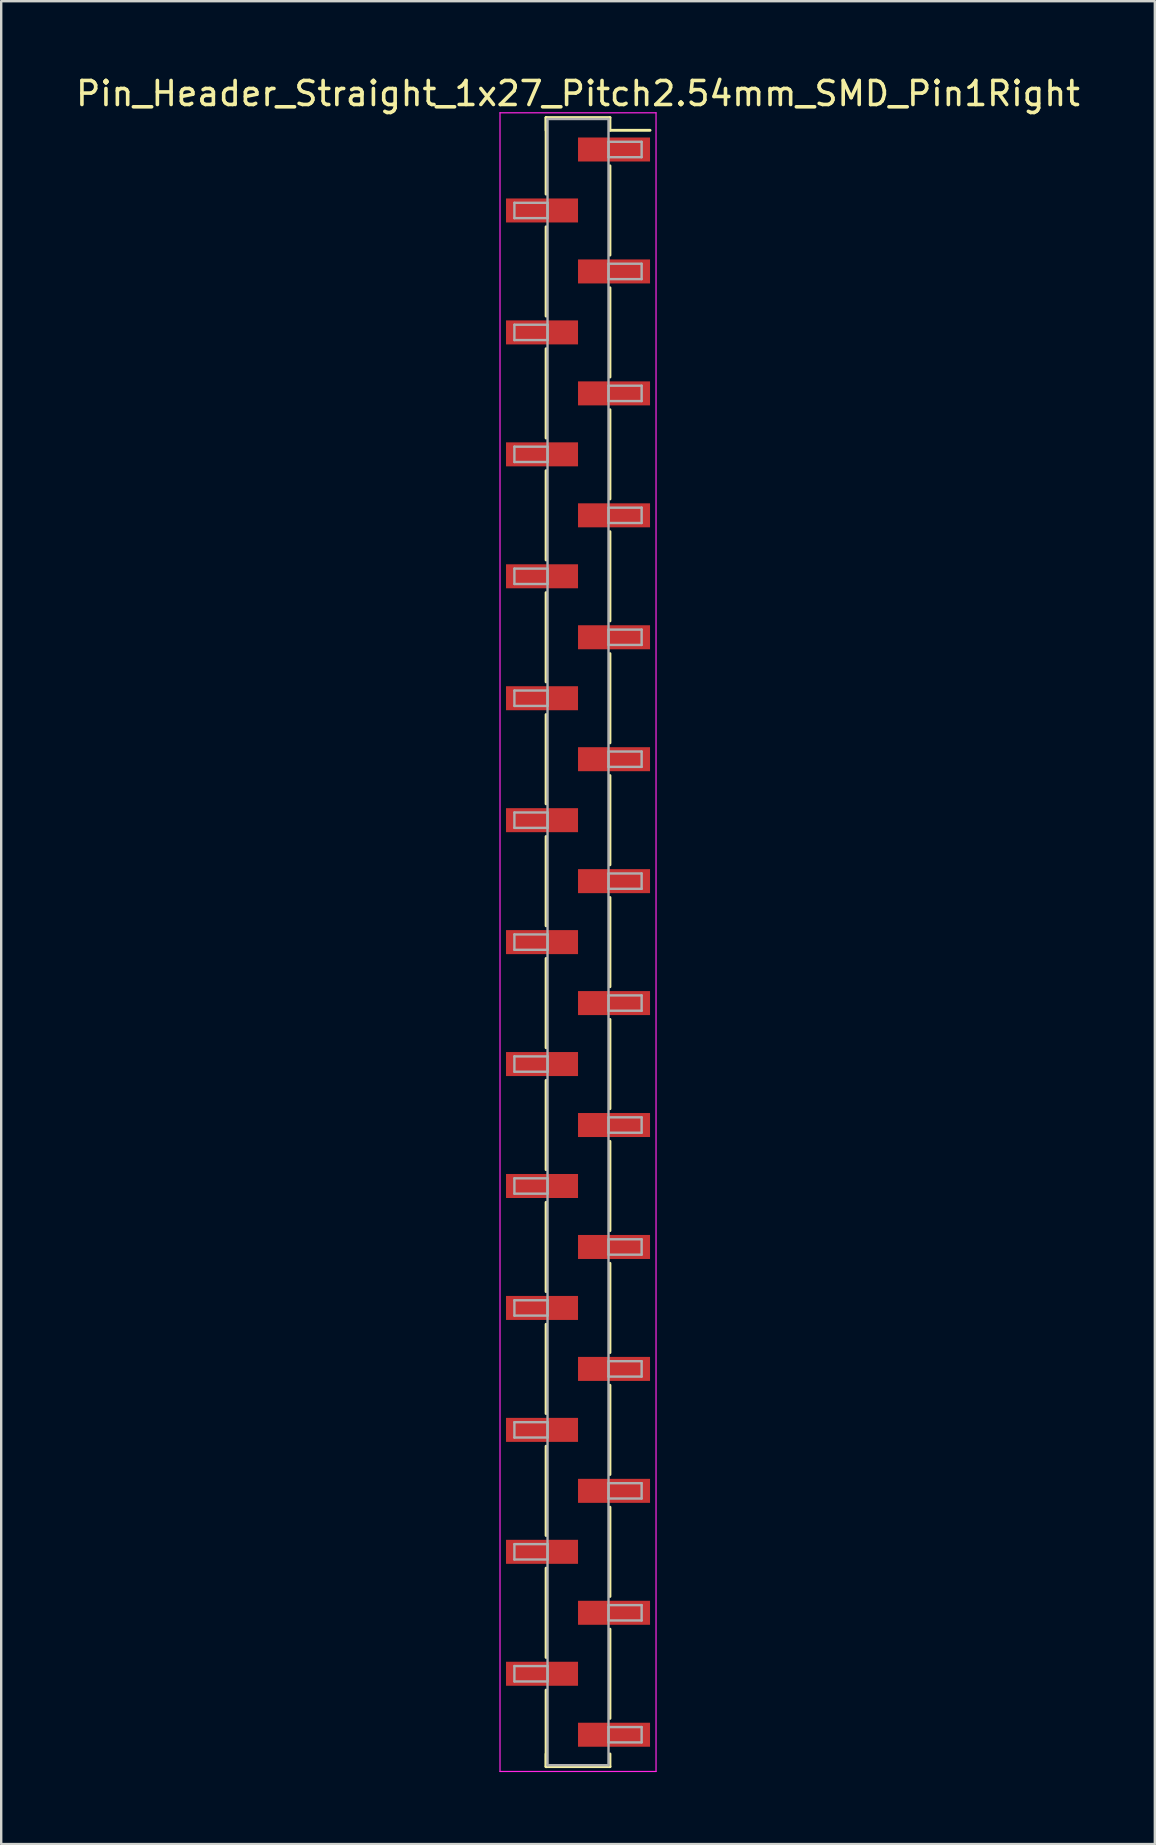
<source format=kicad_pcb>
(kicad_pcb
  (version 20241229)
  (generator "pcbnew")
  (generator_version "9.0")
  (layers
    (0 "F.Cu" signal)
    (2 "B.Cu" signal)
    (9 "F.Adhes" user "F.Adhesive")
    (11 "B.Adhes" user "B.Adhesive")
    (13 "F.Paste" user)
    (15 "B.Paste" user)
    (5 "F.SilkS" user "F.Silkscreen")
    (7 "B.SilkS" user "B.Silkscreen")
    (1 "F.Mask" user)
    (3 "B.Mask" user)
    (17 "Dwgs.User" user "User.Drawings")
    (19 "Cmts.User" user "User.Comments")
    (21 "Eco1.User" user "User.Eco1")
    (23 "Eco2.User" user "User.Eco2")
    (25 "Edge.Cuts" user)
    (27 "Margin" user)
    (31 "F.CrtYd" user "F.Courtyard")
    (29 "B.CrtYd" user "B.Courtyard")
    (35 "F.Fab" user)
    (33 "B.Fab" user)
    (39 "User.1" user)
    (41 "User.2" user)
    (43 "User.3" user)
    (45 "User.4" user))
  (footprint "Pin_Header_Straight_1x27_Pitch2.54mm_SMD_Pin1Right"
    (layer "F.Cu")
    (at 21.03 36.198)
    (property "Reference" "Pin_Header_Straight_1x27_Pitch2.54mm_SMD_Pin1Right" (at 0 -35.35 0) (layer "F.SilkS") (effects (font (size 1 1) (thickness 0.15))))
    (attr smd)
    (fp_line (start -1.33 -34.35) (end -1.33 -31.16) (stroke (width 0.12) (type solid)) (layer "F.SilkS"))
    (fp_line (start -1.33 -34.35) (end 1.33 -34.35) (stroke (width 0.12) (type solid)) (layer "F.SilkS"))
    (fp_line (start -1.33 -33.82) (end -1.33 -34.35) (stroke (width 0.12) (type solid)) (layer "F.SilkS"))
    (fp_line (start -1.33 -29.8) (end -1.33 -26.08) (stroke (width 0.12) (type solid)) (layer "F.SilkS"))
    (fp_line (start -1.33 -24.72) (end -1.33 -21) (stroke (width 0.12) (type solid)) (layer "F.SilkS"))
    (fp_line (start -1.33 -19.64) (end -1.33 -15.92) (stroke (width 0.12) (type solid)) (layer "F.SilkS"))
    (fp_line (start -1.33 -14.56) (end -1.33 -10.84) (stroke (width 0.12) (type solid)) (layer "F.SilkS"))
    (fp_line (start -1.33 -9.48) (end -1.33 -5.76) (stroke (width 0.12) (type solid)) (layer "F.SilkS"))
    (fp_line (start -1.33 -4.4) (end -1.33 -0.68) (stroke (width 0.12) (type solid)) (layer "F.SilkS"))
    (fp_line (start -1.33 0.68) (end -1.33 4.4) (stroke (width 0.12) (type solid)) (layer "F.SilkS"))
    (fp_line (start -1.33 5.76) (end -1.33 9.48) (stroke (width 0.12) (type solid)) (layer "F.SilkS"))
    (fp_line (start -1.33 10.84) (end -1.33 14.56) (stroke (width 0.12) (type solid)) (layer "F.SilkS"))
    (fp_line (start -1.33 15.92) (end -1.33 19.64) (stroke (width 0.12) (type solid)) (layer "F.SilkS"))
    (fp_line (start -1.33 21) (end -1.33 24.72) (stroke (width 0.12) (type solid)) (layer "F.SilkS"))
    (fp_line (start -1.33 26.08) (end -1.33 29.8) (stroke (width 0.12) (type solid)) (layer "F.SilkS"))
    (fp_line (start -1.33 31.16) (end -1.33 34.35) (stroke (width 0.12) (type solid)) (layer "F.SilkS"))
    (fp_line (start -1.33 33.82) (end -1.33 34.35) (stroke (width 0.12) (type solid)) (layer "F.SilkS"))
    (fp_line (start -1.33 34.35) (end 1.33 34.35) (stroke (width 0.12) (type solid)) (layer "F.SilkS"))
    (fp_line (start 1.33 -34.35) (end 1.33 -33.82) (stroke (width 0.12) (type solid)) (layer "F.SilkS"))
    (fp_line (start 1.33 -33.82) (end 3 -33.82) (stroke (width 0.12) (type solid)) (layer "F.SilkS"))
    (fp_line (start 1.33 -32.34) (end 1.33 -28.62) (stroke (width 0.12) (type solid)) (layer "F.SilkS"))
    (fp_line (start 1.33 -27.26) (end 1.33 -23.54) (stroke (width 0.12) (type solid)) (layer "F.SilkS"))
    (fp_line (start 1.33 -22.18) (end 1.33 -18.46) (stroke (width 0.12) (type solid)) (layer "F.SilkS"))
    (fp_line (start 1.33 -17.1) (end 1.33 -13.38) (stroke (width 0.12) (type solid)) (layer "F.SilkS"))
    (fp_line (start 1.33 -12.02) (end 1.33 -8.3) (stroke (width 0.12) (type solid)) (layer "F.SilkS"))
    (fp_line (start 1.33 -6.94) (end 1.33 -3.22) (stroke (width 0.12) (type solid)) (layer "F.SilkS"))
    (fp_line (start 1.33 -1.86) (end 1.33 1.86) (stroke (width 0.12) (type solid)) (layer "F.SilkS"))
    (fp_line (start 1.33 3.22) (end 1.33 6.94) (stroke (width 0.12) (type solid)) (layer "F.SilkS"))
    (fp_line (start 1.33 8.3) (end 1.33 12.02) (stroke (width 0.12) (type solid)) (layer "F.SilkS"))
    (fp_line (start 1.33 13.38) (end 1.33 17.1) (stroke (width 0.12) (type solid)) (layer "F.SilkS"))
    (fp_line (start 1.33 18.46) (end 1.33 22.18) (stroke (width 0.12) (type solid)) (layer "F.SilkS"))
    (fp_line (start 1.33 23.54) (end 1.33 27.26) (stroke (width 0.12) (type solid)) (layer "F.SilkS"))
    (fp_line (start 1.33 28.62) (end 1.33 32.34) (stroke (width 0.12) (type solid)) (layer "F.SilkS"))
    (fp_line (start 1.33 34.35) (end 1.33 33.82) (stroke (width 0.12) (type solid)) (layer "F.SilkS"))
    (fp_line (start -3.25 -34.55) (end -3.25 34.55) (stroke (width 0.05) (type solid)) (layer "F.CrtYd"))
    (fp_line (start -3.25 34.55) (end 3.25 34.55) (stroke (width 0.05) (type solid)) (layer "F.CrtYd"))
    (fp_line (start 3.25 -34.55) (end -3.25 -34.55) (stroke (width 0.05) (type solid)) (layer "F.CrtYd"))
    (fp_line (start 3.25 34.55) (end 3.25 -34.55) (stroke (width 0.05) (type solid)) (layer "F.CrtYd"))
    (fp_line (start -2.65 -30.8) (end -1.27 -30.8) (stroke (width 0.1) (type solid)) (layer "F.Fab"))
    (fp_line (start -2.65 -30.16) (end -2.65 -30.8) (stroke (width 0.1) (type solid)) (layer "F.Fab"))
    (fp_line (start -2.65 -25.72) (end -1.27 -25.72) (stroke (width 0.1) (type solid)) (layer "F.Fab"))
    (fp_line (start -2.65 -25.08) (end -2.65 -25.72) (stroke (width 0.1) (type solid)) (layer "F.Fab"))
    (fp_line (start -2.65 -20.64) (end -1.27 -20.64) (stroke (width 0.1) (type solid)) (layer "F.Fab"))
    (fp_line (start -2.65 -20) (end -2.65 -20.64) (stroke (width 0.1) (type solid)) (layer "F.Fab"))
    (fp_line (start -2.65 -15.56) (end -1.27 -15.56) (stroke (width 0.1) (type solid)) (layer "F.Fab"))
    (fp_line (start -2.65 -14.92) (end -2.65 -15.56) (stroke (width 0.1) (type solid)) (layer "F.Fab"))
    (fp_line (start -2.65 -10.48) (end -1.27 -10.48) (stroke (width 0.1) (type solid)) (layer "F.Fab"))
    (fp_line (start -2.65 -9.84) (end -2.65 -10.48) (stroke (width 0.1) (type solid)) (layer "F.Fab"))
    (fp_line (start -2.65 -5.4) (end -1.27 -5.4) (stroke (width 0.1) (type solid)) (layer "F.Fab"))
    (fp_line (start -2.65 -4.76) (end -2.65 -5.4) (stroke (width 0.1) (type solid)) (layer "F.Fab"))
    (fp_line (start -2.65 -0.32) (end -1.27 -0.32) (stroke (width 0.1) (type solid)) (layer "F.Fab"))
    (fp_line (start -2.65 0.32) (end -2.65 -0.32) (stroke (width 0.1) (type solid)) (layer "F.Fab"))
    (fp_line (start -2.65 4.76) (end -1.27 4.76) (stroke (width 0.1) (type solid)) (layer "F.Fab"))
    (fp_line (start -2.65 5.4) (end -2.65 4.76) (stroke (width 0.1) (type solid)) (layer "F.Fab"))
    (fp_line (start -2.65 9.84) (end -1.27 9.84) (stroke (width 0.1) (type solid)) (layer "F.Fab"))
    (fp_line (start -2.65 10.48) (end -2.65 9.84) (stroke (width 0.1) (type solid)) (layer "F.Fab"))
    (fp_line (start -2.65 14.92) (end -1.27 14.92) (stroke (width 0.1) (type solid)) (layer "F.Fab"))
    (fp_line (start -2.65 15.56) (end -2.65 14.92) (stroke (width 0.1) (type solid)) (layer "F.Fab"))
    (fp_line (start -2.65 20) (end -1.27 20) (stroke (width 0.1) (type solid)) (layer "F.Fab"))
    (fp_line (start -2.65 20.64) (end -2.65 20) (stroke (width 0.1) (type solid)) (layer "F.Fab"))
    (fp_line (start -2.65 25.08) (end -1.27 25.08) (stroke (width 0.1) (type solid)) (layer "F.Fab"))
    (fp_line (start -2.65 25.72) (end -2.65 25.08) (stroke (width 0.1) (type solid)) (layer "F.Fab"))
    (fp_line (start -2.65 30.16) (end -1.27 30.16) (stroke (width 0.1) (type solid)) (layer "F.Fab"))
    (fp_line (start -2.65 30.8) (end -2.65 30.16) (stroke (width 0.1) (type solid)) (layer "F.Fab"))
    (fp_line (start -1.27 -34.29) (end -1.27 34.29) (stroke (width 0.1) (type solid)) (layer "F.Fab"))
    (fp_line (start -1.27 -30.8) (end -1.27 -30.16) (stroke (width 0.1) (type solid)) (layer "F.Fab"))
    (fp_line (start -1.27 -30.16) (end -2.65 -30.16) (stroke (width 0.1) (type solid)) (layer "F.Fab"))
    (fp_line (start -1.27 -25.72) (end -1.27 -25.08) (stroke (width 0.1) (type solid)) (layer "F.Fab"))
    (fp_line (start -1.27 -25.08) (end -2.65 -25.08) (stroke (width 0.1) (type solid)) (layer "F.Fab"))
    (fp_line (start -1.27 -20.64) (end -1.27 -20) (stroke (width 0.1) (type solid)) (layer "F.Fab"))
    (fp_line (start -1.27 -20) (end -2.65 -20) (stroke (width 0.1) (type solid)) (layer "F.Fab"))
    (fp_line (start -1.27 -15.56) (end -1.27 -14.92) (stroke (width 0.1) (type solid)) (layer "F.Fab"))
    (fp_line (start -1.27 -14.92) (end -2.65 -14.92) (stroke (width 0.1) (type solid)) (layer "F.Fab"))
    (fp_line (start -1.27 -10.48) (end -1.27 -9.84) (stroke (width 0.1) (type solid)) (layer "F.Fab"))
    (fp_line (start -1.27 -9.84) (end -2.65 -9.84) (stroke (width 0.1) (type solid)) (layer "F.Fab"))
    (fp_line (start -1.27 -5.4) (end -1.27 -4.76) (stroke (width 0.1) (type solid)) (layer "F.Fab"))
    (fp_line (start -1.27 -4.76) (end -2.65 -4.76) (stroke (width 0.1) (type solid)) (layer "F.Fab"))
    (fp_line (start -1.27 -0.32) (end -1.27 0.32) (stroke (width 0.1) (type solid)) (layer "F.Fab"))
    (fp_line (start -1.27 0.32) (end -2.65 0.32) (stroke (width 0.1) (type solid)) (layer "F.Fab"))
    (fp_line (start -1.27 4.76) (end -1.27 5.4) (stroke (width 0.1) (type solid)) (layer "F.Fab"))
    (fp_line (start -1.27 5.4) (end -2.65 5.4) (stroke (width 0.1) (type solid)) (layer "F.Fab"))
    (fp_line (start -1.27 9.84) (end -1.27 10.48) (stroke (width 0.1) (type solid)) (layer "F.Fab"))
    (fp_line (start -1.27 10.48) (end -2.65 10.48) (stroke (width 0.1) (type solid)) (layer "F.Fab"))
    (fp_line (start -1.27 14.92) (end -1.27 15.56) (stroke (width 0.1) (type solid)) (layer "F.Fab"))
    (fp_line (start -1.27 15.56) (end -2.65 15.56) (stroke (width 0.1) (type solid)) (layer "F.Fab"))
    (fp_line (start -1.27 20) (end -1.27 20.64) (stroke (width 0.1) (type solid)) (layer "F.Fab"))
    (fp_line (start -1.27 20.64) (end -2.65 20.64) (stroke (width 0.1) (type solid)) (layer "F.Fab"))
    (fp_line (start -1.27 25.08) (end -1.27 25.72) (stroke (width 0.1) (type solid)) (layer "F.Fab"))
    (fp_line (start -1.27 25.72) (end -2.65 25.72) (stroke (width 0.1) (type solid)) (layer "F.Fab"))
    (fp_line (start -1.27 30.16) (end -1.27 30.8) (stroke (width 0.1) (type solid)) (layer "F.Fab"))
    (fp_line (start -1.27 30.8) (end -2.65 30.8) (stroke (width 0.1) (type solid)) (layer "F.Fab"))
    (fp_line (start -1.27 34.29) (end 1.27 34.29) (stroke (width 0.1) (type solid)) (layer "F.Fab"))
    (fp_line (start 1.27 -34.29) (end -1.27 -34.29) (stroke (width 0.1) (type solid)) (layer "F.Fab"))
    (fp_line (start 1.27 -33.34) (end 1.27 -32.7) (stroke (width 0.1) (type solid)) (layer "F.Fab"))
    (fp_line (start 1.27 -32.7) (end 2.65 -32.7) (stroke (width 0.1) (type solid)) (layer "F.Fab"))
    (fp_line (start 1.27 -28.26) (end 1.27 -27.62) (stroke (width 0.1) (type solid)) (layer "F.Fab"))
    (fp_line (start 1.27 -27.62) (end 2.65 -27.62) (stroke (width 0.1) (type solid)) (layer "F.Fab"))
    (fp_line (start 1.27 -23.18) (end 1.27 -22.54) (stroke (width 0.1) (type solid)) (layer "F.Fab"))
    (fp_line (start 1.27 -22.54) (end 2.65 -22.54) (stroke (width 0.1) (type solid)) (layer "F.Fab"))
    (fp_line (start 1.27 -18.1) (end 1.27 -17.46) (stroke (width 0.1) (type solid)) (layer "F.Fab"))
    (fp_line (start 1.27 -17.46) (end 2.65 -17.46) (stroke (width 0.1) (type solid)) (layer "F.Fab"))
    (fp_line (start 1.27 -13.02) (end 1.27 -12.38) (stroke (width 0.1) (type solid)) (layer "F.Fab"))
    (fp_line (start 1.27 -12.38) (end 2.65 -12.38) (stroke (width 0.1) (type solid)) (layer "F.Fab"))
    (fp_line (start 1.27 -7.94) (end 1.27 -7.3) (stroke (width 0.1) (type solid)) (layer "F.Fab"))
    (fp_line (start 1.27 -7.3) (end 2.65 -7.3) (stroke (width 0.1) (type solid)) (layer "F.Fab"))
    (fp_line (start 1.27 -2.86) (end 1.27 -2.22) (stroke (width 0.1) (type solid)) (layer "F.Fab"))
    (fp_line (start 1.27 -2.22) (end 2.65 -2.22) (stroke (width 0.1) (type solid)) (layer "F.Fab"))
    (fp_line (start 1.27 2.22) (end 1.27 2.86) (stroke (width 0.1) (type solid)) (layer "F.Fab"))
    (fp_line (start 1.27 2.86) (end 2.65 2.86) (stroke (width 0.1) (type solid)) (layer "F.Fab"))
    (fp_line (start 1.27 7.3) (end 1.27 7.94) (stroke (width 0.1) (type solid)) (layer "F.Fab"))
    (fp_line (start 1.27 7.94) (end 2.65 7.94) (stroke (width 0.1) (type solid)) (layer "F.Fab"))
    (fp_line (start 1.27 12.38) (end 1.27 13.02) (stroke (width 0.1) (type solid)) (layer "F.Fab"))
    (fp_line (start 1.27 13.02) (end 2.65 13.02) (stroke (width 0.1) (type solid)) (layer "F.Fab"))
    (fp_line (start 1.27 17.46) (end 1.27 18.1) (stroke (width 0.1) (type solid)) (layer "F.Fab"))
    (fp_line (start 1.27 18.1) (end 2.65 18.1) (stroke (width 0.1) (type solid)) (layer "F.Fab"))
    (fp_line (start 1.27 22.54) (end 1.27 23.18) (stroke (width 0.1) (type solid)) (layer "F.Fab"))
    (fp_line (start 1.27 23.18) (end 2.65 23.18) (stroke (width 0.1) (type solid)) (layer "F.Fab"))
    (fp_line (start 1.27 27.62) (end 1.27 28.26) (stroke (width 0.1) (type solid)) (layer "F.Fab"))
    (fp_line (start 1.27 28.26) (end 2.65 28.26) (stroke (width 0.1) (type solid)) (layer "F.Fab"))
    (fp_line (start 1.27 32.7) (end 1.27 33.34) (stroke (width 0.1) (type solid)) (layer "F.Fab"))
    (fp_line (start 1.27 33.34) (end 2.65 33.34) (stroke (width 0.1) (type solid)) (layer "F.Fab"))
    (fp_line (start 1.27 34.29) (end 1.27 -34.29) (stroke (width 0.1) (type solid)) (layer "F.Fab"))
    (fp_line (start 2.65 -33.34) (end 1.27 -33.34) (stroke (width 0.1) (type solid)) (layer "F.Fab"))
    (fp_line (start 2.65 -32.7) (end 2.65 -33.34) (stroke (width 0.1) (type solid)) (layer "F.Fab"))
    (fp_line (start 2.65 -28.26) (end 1.27 -28.26) (stroke (width 0.1) (type solid)) (layer "F.Fab"))
    (fp_line (start 2.65 -27.62) (end 2.65 -28.26) (stroke (width 0.1) (type solid)) (layer "F.Fab"))
    (fp_line (start 2.65 -23.18) (end 1.27 -23.18) (stroke (width 0.1) (type solid)) (layer "F.Fab"))
    (fp_line (start 2.65 -22.54) (end 2.65 -23.18) (stroke (width 0.1) (type solid)) (layer "F.Fab"))
    (fp_line (start 2.65 -18.1) (end 1.27 -18.1) (stroke (width 0.1) (type solid)) (layer "F.Fab"))
    (fp_line (start 2.65 -17.46) (end 2.65 -18.1) (stroke (width 0.1) (type solid)) (layer "F.Fab"))
    (fp_line (start 2.65 -13.02) (end 1.27 -13.02) (stroke (width 0.1) (type solid)) (layer "F.Fab"))
    (fp_line (start 2.65 -12.38) (end 2.65 -13.02) (stroke (width 0.1) (type solid)) (layer "F.Fab"))
    (fp_line (start 2.65 -7.94) (end 1.27 -7.94) (stroke (width 0.1) (type solid)) (layer "F.Fab"))
    (fp_line (start 2.65 -7.3) (end 2.65 -7.94) (stroke (width 0.1) (type solid)) (layer "F.Fab"))
    (fp_line (start 2.65 -2.86) (end 1.27 -2.86) (stroke (width 0.1) (type solid)) (layer "F.Fab"))
    (fp_line (start 2.65 -2.22) (end 2.65 -2.86) (stroke (width 0.1) (type solid)) (layer "F.Fab"))
    (fp_line (start 2.65 2.22) (end 1.27 2.22) (stroke (width 0.1) (type solid)) (layer "F.Fab"))
    (fp_line (start 2.65 2.86) (end 2.65 2.22) (stroke (width 0.1) (type solid)) (layer "F.Fab"))
    (fp_line (start 2.65 7.3) (end 1.27 7.3) (stroke (width 0.1) (type solid)) (layer "F.Fab"))
    (fp_line (start 2.65 7.94) (end 2.65 7.3) (stroke (width 0.1) (type solid)) (layer "F.Fab"))
    (fp_line (start 2.65 12.38) (end 1.27 12.38) (stroke (width 0.1) (type solid)) (layer "F.Fab"))
    (fp_line (start 2.65 13.02) (end 2.65 12.38) (stroke (width 0.1) (type solid)) (layer "F.Fab"))
    (fp_line (start 2.65 17.46) (end 1.27 17.46) (stroke (width 0.1) (type solid)) (layer "F.Fab"))
    (fp_line (start 2.65 18.1) (end 2.65 17.46) (stroke (width 0.1) (type solid)) (layer "F.Fab"))
    (fp_line (start 2.65 22.54) (end 1.27 22.54) (stroke (width 0.1) (type solid)) (layer "F.Fab"))
    (fp_line (start 2.65 23.18) (end 2.65 22.54) (stroke (width 0.1) (type solid)) (layer "F.Fab"))
    (fp_line (start 2.65 27.62) (end 1.27 27.62) (stroke (width 0.1) (type solid)) (layer "F.Fab"))
    (fp_line (start 2.65 28.26) (end 2.65 27.62) (stroke (width 0.1) (type solid)) (layer "F.Fab"))
    (fp_line (start 2.65 32.7) (end 1.27 32.7) (stroke (width 0.1) (type solid)) (layer "F.Fab"))
    (fp_line (start 2.65 33.34) (end 2.65 32.7) (stroke (width 0.1) (type solid)) (layer "F.Fab"))
    (pad "1" smd rect (at 1.5 -33.02) (size 3 1) (layers "F.Cu" "F.Mask"))
    (pad "2" smd rect (at -1.5 -30.48) (size 3 1) (layers "F.Cu" "F.Mask"))
    (pad "3" smd rect (at 1.5 -27.94) (size 3 1) (layers "F.Cu" "F.Mask"))
    (pad "4" smd rect (at -1.5 -25.4) (size 3 1) (layers "F.Cu" "F.Mask"))
    (pad "5" smd rect (at 1.5 -22.86) (size 3 1) (layers "F.Cu" "F.Mask"))
    (pad "6" smd rect (at -1.5 -20.32) (size 3 1) (layers "F.Cu" "F.Mask"))
    (pad "7" smd rect (at 1.5 -17.78) (size 3 1) (layers "F.Cu" "F.Mask"))
    (pad "8" smd rect (at -1.5 -15.24) (size 3 1) (layers "F.Cu" "F.Mask"))
    (pad "9" smd rect (at 1.5 -12.7) (size 3 1) (layers "F.Cu" "F.Mask"))
    (pad "10" smd rect (at -1.5 -10.16) (size 3 1) (layers "F.Cu" "F.Mask"))
    (pad "11" smd rect (at 1.5 -7.62) (size 3 1) (layers "F.Cu" "F.Mask"))
    (pad "12" smd rect (at -1.5 -5.08) (size 3 1) (layers "F.Cu" "F.Mask"))
    (pad "13" smd rect (at 1.5 -2.54) (size 3 1) (layers "F.Cu" "F.Mask"))
    (pad "14" smd rect (at -1.5 0) (size 3 1) (layers "F.Cu" "F.Mask"))
    (pad "15" smd rect (at 1.5 2.54) (size 3 1) (layers "F.Cu" "F.Mask"))
    (pad "16" smd rect (at -1.5 5.08) (size 3 1) (layers "F.Cu" "F.Mask"))
    (pad "17" smd rect (at 1.5 7.62) (size 3 1) (layers "F.Cu" "F.Mask"))
    (pad "18" smd rect (at -1.5 10.16) (size 3 1) (layers "F.Cu" "F.Mask"))
    (pad "19" smd rect (at 1.5 12.7) (size 3 1) (layers "F.Cu" "F.Mask"))
    (pad "20" smd rect (at -1.5 15.24) (size 3 1) (layers "F.Cu" "F.Mask"))
    (pad "21" smd rect (at 1.5 17.78) (size 3 1) (layers "F.Cu" "F.Mask"))
    (pad "22" smd rect (at -1.5 20.32) (size 3 1) (layers "F.Cu" "F.Mask"))
    (pad "23" smd rect (at 1.5 22.86) (size 3 1) (layers "F.Cu" "F.Mask"))
    (pad "24" smd rect (at -1.5 25.4) (size 3 1) (layers "F.Cu" "F.Mask"))
    (pad "25" smd rect (at 1.5 27.94) (size 3 1) (layers "F.Cu" "F.Mask"))
    (pad "26" smd rect (at -1.5 30.48) (size 3 1) (layers "F.Cu" "F.Mask"))
    (pad "27" smd rect (at 1.5 33.02) (size 3 1) (layers "F.Cu" "F.Mask")))
  (gr_rect
    (start -3 -3)
    (end 45.06 73.773)
    (stroke (width 0.1) (type default))
    (fill no)
    (layer "Edge.Cuts")))
</source>
